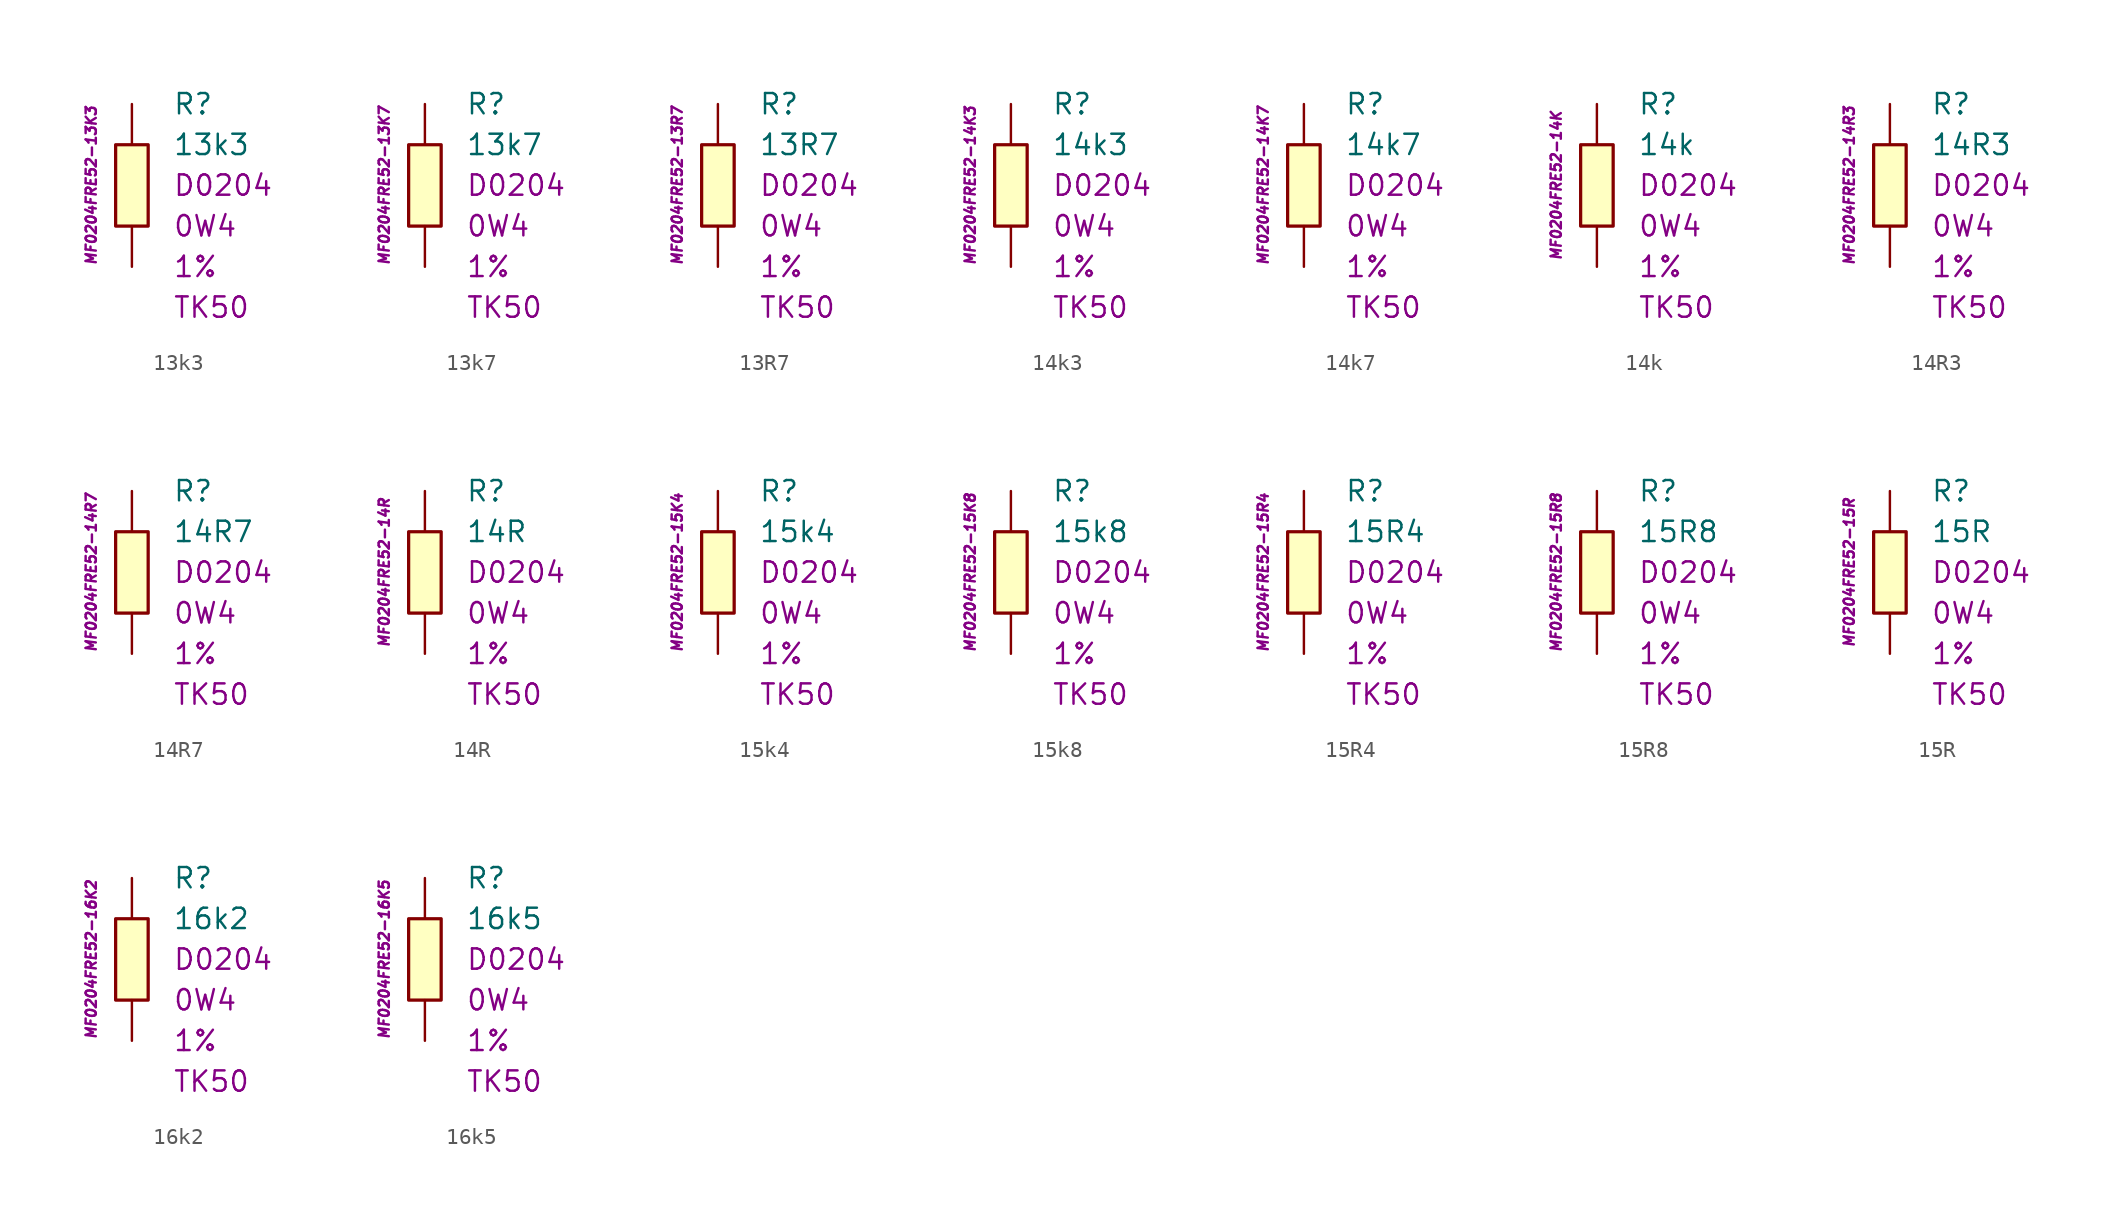
<source format=kicad_sym>
(kicad_symbol_lib
  (version 20201005)
  (generator kicad_symbol_editor)
  (symbol "13k3"
    (pin_numbers hide)
    (pin_names
      (offset 1.016) hide)
    (property "Reference" "R"
      (at 2.54 5.08 0)
      (effects (font (size 1.27 1.27)) (justify left)))
    (property "Value" "13k3"
      (at 2.54 2.54 0)
      (effects (font (size 1.27 1.27)) (justify left)))
    (property "Package" "D0204"
      (at 2.54 0 0)
      (effects (font (size 1.27 1.27)) (justify left)))
    (property "Power" "0W4"
      (at 2.54 -2.54 0)
      (effects (font (size 1.27 1.27)) (justify left)))
    (property "Tolerance" "1%"
      (at 2.54 -5.08 0)
      (effects (font (size 1.27 1.27)) (justify left)))
    (property "TK" "TK50"
      (at 2.54 -7.62 0)
      (effects (font (size 1.27 1.27)) (justify left)))
    (property "ID" "MF0204FRE52-13K3"
      (at -2.54 0 90)
      (effects (font (size 0.635 0.635) italic)))
    (symbol "13k3_0_1"
      (rectangle (start -1.016 2.54) (end 1.016 -2.54) (stroke (width 0.203)) (fill (type background))))
    (symbol "13k3_1_1"
      (pin passive line (at 0 5.08 270) (length 2.54) (name "~" (effects (font (size 1.778 1.778)))) (number "1" (effects (font (size 1.778 1.778)))))
      (pin passive line (at 0 -5.08 90) (length 2.54) (name "~" (effects (font (size 1.778 1.778)))) (number "2" (effects (font (size 1.778 1.778)))))))
  (symbol "13k7"
    (pin_numbers hide)
    (pin_names
      (offset 1.016) hide)
    (property "Reference" "R"
      (at 2.54 5.08 0)
      (effects (font (size 1.27 1.27)) (justify left)))
    (property "Value" "13k7"
      (at 2.54 2.54 0)
      (effects (font (size 1.27 1.27)) (justify left)))
    (property "Package" "D0204"
      (at 2.54 0 0)
      (effects (font (size 1.27 1.27)) (justify left)))
    (property "Power" "0W4"
      (at 2.54 -2.54 0)
      (effects (font (size 1.27 1.27)) (justify left)))
    (property "Tolerance" "1%"
      (at 2.54 -5.08 0)
      (effects (font (size 1.27 1.27)) (justify left)))
    (property "TK" "TK50"
      (at 2.54 -7.62 0)
      (effects (font (size 1.27 1.27)) (justify left)))
    (property "ID" "MF0204FRE52-13K7"
      (at -2.54 0 90)
      (effects (font (size 0.635 0.635) italic)))
    (symbol "13k7_0_1"
      (rectangle (start -1.016 2.54) (end 1.016 -2.54) (stroke (width 0.203)) (fill (type background))))
    (symbol "13k7_1_1"
      (pin passive line (at 0 5.08 270) (length 2.54) (name "~" (effects (font (size 1.778 1.778)))) (number "1" (effects (font (size 1.778 1.778)))))
      (pin passive line (at 0 -5.08 90) (length 2.54) (name "~" (effects (font (size 1.778 1.778)))) (number "2" (effects (font (size 1.778 1.778)))))))
  (symbol "13R7"
    (pin_numbers hide)
    (pin_names
      (offset 1.016) hide)
    (property "Reference" "R"
      (at 2.54 5.08 0)
      (effects (font (size 1.27 1.27)) (justify left)))
    (property "Value" "13R7"
      (at 2.54 2.54 0)
      (effects (font (size 1.27 1.27)) (justify left)))
    (property "Package" "D0204"
      (at 2.54 0 0)
      (effects (font (size 1.27 1.27)) (justify left)))
    (property "Power" "0W4"
      (at 2.54 -2.54 0)
      (effects (font (size 1.27 1.27)) (justify left)))
    (property "Tolerance" "1%"
      (at 2.54 -5.08 0)
      (effects (font (size 1.27 1.27)) (justify left)))
    (property "TK" "TK50"
      (at 2.54 -7.62 0)
      (effects (font (size 1.27 1.27)) (justify left)))
    (property "ID" "MF0204FRE52-13R7"
      (at -2.54 0 90)
      (effects (font (size 0.635 0.635) italic)))
    (symbol "13R7_0_1"
      (rectangle (start -1.016 2.54) (end 1.016 -2.54) (stroke (width 0.203)) (fill (type background))))
    (symbol "13R7_1_1"
      (pin passive line (at 0 5.08 270) (length 2.54) (name "~" (effects (font (size 1.778 1.778)))) (number "1" (effects (font (size 1.778 1.778)))))
      (pin passive line (at 0 -5.08 90) (length 2.54) (name "~" (effects (font (size 1.778 1.778)))) (number "2" (effects (font (size 1.778 1.778)))))))
  (symbol "14k3"
    (pin_numbers hide)
    (pin_names
      (offset 1.016) hide)
    (property "Reference" "R"
      (at 2.54 5.08 0)
      (effects (font (size 1.27 1.27)) (justify left)))
    (property "Value" "14k3"
      (at 2.54 2.54 0)
      (effects (font (size 1.27 1.27)) (justify left)))
    (property "Package" "D0204"
      (at 2.54 0 0)
      (effects (font (size 1.27 1.27)) (justify left)))
    (property "Power" "0W4"
      (at 2.54 -2.54 0)
      (effects (font (size 1.27 1.27)) (justify left)))
    (property "Tolerance" "1%"
      (at 2.54 -5.08 0)
      (effects (font (size 1.27 1.27)) (justify left)))
    (property "TK" "TK50"
      (at 2.54 -7.62 0)
      (effects (font (size 1.27 1.27)) (justify left)))
    (property "ID" "MF0204FRE52-14K3"
      (at -2.54 0 90)
      (effects (font (size 0.635 0.635) italic)))
    (symbol "14k3_0_1"
      (rectangle (start -1.016 2.54) (end 1.016 -2.54) (stroke (width 0.203)) (fill (type background))))
    (symbol "14k3_1_1"
      (pin passive line (at 0 5.08 270) (length 2.54) (name "~" (effects (font (size 1.778 1.778)))) (number "1" (effects (font (size 1.778 1.778)))))
      (pin passive line (at 0 -5.08 90) (length 2.54) (name "~" (effects (font (size 1.778 1.778)))) (number "2" (effects (font (size 1.778 1.778)))))))
  (symbol "14k7"
    (pin_numbers hide)
    (pin_names
      (offset 1.016) hide)
    (property "Reference" "R"
      (at 2.54 5.08 0)
      (effects (font (size 1.27 1.27)) (justify left)))
    (property "Value" "14k7"
      (at 2.54 2.54 0)
      (effects (font (size 1.27 1.27)) (justify left)))
    (property "Package" "D0204"
      (at 2.54 0 0)
      (effects (font (size 1.27 1.27)) (justify left)))
    (property "Power" "0W4"
      (at 2.54 -2.54 0)
      (effects (font (size 1.27 1.27)) (justify left)))
    (property "Tolerance" "1%"
      (at 2.54 -5.08 0)
      (effects (font (size 1.27 1.27)) (justify left)))
    (property "TK" "TK50"
      (at 2.54 -7.62 0)
      (effects (font (size 1.27 1.27)) (justify left)))
    (property "ID" "MF0204FRE52-14K7"
      (at -2.54 0 90)
      (effects (font (size 0.635 0.635) italic)))
    (symbol "14k7_0_1"
      (rectangle (start -1.016 2.54) (end 1.016 -2.54) (stroke (width 0.203)) (fill (type background))))
    (symbol "14k7_1_1"
      (pin passive line (at 0 5.08 270) (length 2.54) (name "~" (effects (font (size 1.778 1.778)))) (number "1" (effects (font (size 1.778 1.778)))))
      (pin passive line (at 0 -5.08 90) (length 2.54) (name "~" (effects (font (size 1.778 1.778)))) (number "2" (effects (font (size 1.778 1.778)))))))
  (symbol "14k"
    (pin_numbers hide)
    (pin_names
      (offset 1.016) hide)
    (property "Reference" "R"
      (at 2.54 5.08 0)
      (effects (font (size 1.27 1.27)) (justify left)))
    (property "Value" "14k"
      (at 2.54 2.54 0)
      (effects (font (size 1.27 1.27)) (justify left)))
    (property "Package" "D0204"
      (at 2.54 0 0)
      (effects (font (size 1.27 1.27)) (justify left)))
    (property "Power" "0W4"
      (at 2.54 -2.54 0)
      (effects (font (size 1.27 1.27)) (justify left)))
    (property "Tolerance" "1%"
      (at 2.54 -5.08 0)
      (effects (font (size 1.27 1.27)) (justify left)))
    (property "TK" "TK50"
      (at 2.54 -7.62 0)
      (effects (font (size 1.27 1.27)) (justify left)))
    (property "ID" "MF0204FRE52-14K"
      (at -2.54 0 90)
      (effects (font (size 0.635 0.635) italic)))
    (symbol "14k_0_1"
      (rectangle (start -1.016 2.54) (end 1.016 -2.54) (stroke (width 0.203)) (fill (type background))))
    (symbol "14k_1_1"
      (pin passive line (at 0 5.08 270) (length 2.54) (name "~" (effects (font (size 1.778 1.778)))) (number "1" (effects (font (size 1.778 1.778)))))
      (pin passive line (at 0 -5.08 90) (length 2.54) (name "~" (effects (font (size 1.778 1.778)))) (number "2" (effects (font (size 1.778 1.778)))))))
  (symbol "14R3"
    (pin_numbers hide)
    (pin_names
      (offset 1.016) hide)
    (property "Reference" "R"
      (at 2.54 5.08 0)
      (effects (font (size 1.27 1.27)) (justify left)))
    (property "Value" "14R3"
      (at 2.54 2.54 0)
      (effects (font (size 1.27 1.27)) (justify left)))
    (property "Package" "D0204"
      (at 2.54 0 0)
      (effects (font (size 1.27 1.27)) (justify left)))
    (property "Power" "0W4"
      (at 2.54 -2.54 0)
      (effects (font (size 1.27 1.27)) (justify left)))
    (property "Tolerance" "1%"
      (at 2.54 -5.08 0)
      (effects (font (size 1.27 1.27)) (justify left)))
    (property "TK" "TK50"
      (at 2.54 -7.62 0)
      (effects (font (size 1.27 1.27)) (justify left)))
    (property "ID" "MF0204FRE52-14R3"
      (at -2.54 0 90)
      (effects (font (size 0.635 0.635) italic)))
    (symbol "14R3_0_1"
      (rectangle (start -1.016 2.54) (end 1.016 -2.54) (stroke (width 0.203)) (fill (type background))))
    (symbol "14R3_1_1"
      (pin passive line (at 0 5.08 270) (length 2.54) (name "~" (effects (font (size 1.778 1.778)))) (number "1" (effects (font (size 1.778 1.778)))))
      (pin passive line (at 0 -5.08 90) (length 2.54) (name "~" (effects (font (size 1.778 1.778)))) (number "2" (effects (font (size 1.778 1.778)))))))
  (symbol "14R7"
    (pin_numbers hide)
    (pin_names
      (offset 1.016) hide)
    (property "Reference" "R"
      (at 2.54 5.08 0)
      (effects (font (size 1.27 1.27)) (justify left)))
    (property "Value" "14R7"
      (at 2.54 2.54 0)
      (effects (font (size 1.27 1.27)) (justify left)))
    (property "Package" "D0204"
      (at 2.54 0 0)
      (effects (font (size 1.27 1.27)) (justify left)))
    (property "Power" "0W4"
      (at 2.54 -2.54 0)
      (effects (font (size 1.27 1.27)) (justify left)))
    (property "Tolerance" "1%"
      (at 2.54 -5.08 0)
      (effects (font (size 1.27 1.27)) (justify left)))
    (property "TK" "TK50"
      (at 2.54 -7.62 0)
      (effects (font (size 1.27 1.27)) (justify left)))
    (property "ID" "MF0204FRE52-14R7"
      (at -2.54 0 90)
      (effects (font (size 0.635 0.635) italic)))
    (symbol "14R7_0_1"
      (rectangle (start -1.016 2.54) (end 1.016 -2.54) (stroke (width 0.203)) (fill (type background))))
    (symbol "14R7_1_1"
      (pin passive line (at 0 5.08 270) (length 2.54) (name "~" (effects (font (size 1.778 1.778)))) (number "1" (effects (font (size 1.778 1.778)))))
      (pin passive line (at 0 -5.08 90) (length 2.54) (name "~" (effects (font (size 1.778 1.778)))) (number "2" (effects (font (size 1.778 1.778)))))))
  (symbol "14R"
    (pin_numbers hide)
    (pin_names
      (offset 1.016) hide)
    (property "Reference" "R"
      (at 2.54 5.08 0)
      (effects (font (size 1.27 1.27)) (justify left)))
    (property "Value" "14R"
      (at 2.54 2.54 0)
      (effects (font (size 1.27 1.27)) (justify left)))
    (property "Package" "D0204"
      (at 2.54 0 0)
      (effects (font (size 1.27 1.27)) (justify left)))
    (property "Power" "0W4"
      (at 2.54 -2.54 0)
      (effects (font (size 1.27 1.27)) (justify left)))
    (property "Tolerance" "1%"
      (at 2.54 -5.08 0)
      (effects (font (size 1.27 1.27)) (justify left)))
    (property "TK" "TK50"
      (at 2.54 -7.62 0)
      (effects (font (size 1.27 1.27)) (justify left)))
    (property "ID" "MF0204FRE52-14R"
      (at -2.54 0 90)
      (effects (font (size 0.635 0.635) italic)))
    (symbol "14R_0_1"
      (rectangle (start -1.016 2.54) (end 1.016 -2.54) (stroke (width 0.203)) (fill (type background))))
    (symbol "14R_1_1"
      (pin passive line (at 0 5.08 270) (length 2.54) (name "~" (effects (font (size 1.778 1.778)))) (number "1" (effects (font (size 1.778 1.778)))))
      (pin passive line (at 0 -5.08 90) (length 2.54) (name "~" (effects (font (size 1.778 1.778)))) (number "2" (effects (font (size 1.778 1.778)))))))
  (symbol "15k4"
    (pin_numbers hide)
    (pin_names
      (offset 1.016) hide)
    (property "Reference" "R"
      (at 2.54 5.08 0)
      (effects (font (size 1.27 1.27)) (justify left)))
    (property "Value" "15k4"
      (at 2.54 2.54 0)
      (effects (font (size 1.27 1.27)) (justify left)))
    (property "Package" "D0204"
      (at 2.54 0 0)
      (effects (font (size 1.27 1.27)) (justify left)))
    (property "Power" "0W4"
      (at 2.54 -2.54 0)
      (effects (font (size 1.27 1.27)) (justify left)))
    (property "Tolerance" "1%"
      (at 2.54 -5.08 0)
      (effects (font (size 1.27 1.27)) (justify left)))
    (property "TK" "TK50"
      (at 2.54 -7.62 0)
      (effects (font (size 1.27 1.27)) (justify left)))
    (property "ID" "MF0204FRE52-15K4"
      (at -2.54 0 90)
      (effects (font (size 0.635 0.635) italic)))
    (symbol "15k4_0_1"
      (rectangle (start -1.016 2.54) (end 1.016 -2.54) (stroke (width 0.203)) (fill (type background))))
    (symbol "15k4_1_1"
      (pin passive line (at 0 5.08 270) (length 2.54) (name "~" (effects (font (size 1.778 1.778)))) (number "1" (effects (font (size 1.778 1.778)))))
      (pin passive line (at 0 -5.08 90) (length 2.54) (name "~" (effects (font (size 1.778 1.778)))) (number "2" (effects (font (size 1.778 1.778)))))))
  (symbol "15k8"
    (pin_numbers hide)
    (pin_names
      (offset 1.016) hide)
    (property "Reference" "R"
      (at 2.54 5.08 0)
      (effects (font (size 1.27 1.27)) (justify left)))
    (property "Value" "15k8"
      (at 2.54 2.54 0)
      (effects (font (size 1.27 1.27)) (justify left)))
    (property "Package" "D0204"
      (at 2.54 0 0)
      (effects (font (size 1.27 1.27)) (justify left)))
    (property "Power" "0W4"
      (at 2.54 -2.54 0)
      (effects (font (size 1.27 1.27)) (justify left)))
    (property "Tolerance" "1%"
      (at 2.54 -5.08 0)
      (effects (font (size 1.27 1.27)) (justify left)))
    (property "TK" "TK50"
      (at 2.54 -7.62 0)
      (effects (font (size 1.27 1.27)) (justify left)))
    (property "ID" "MF0204FRE52-15K8"
      (at -2.54 0 90)
      (effects (font (size 0.635 0.635) italic)))
    (symbol "15k8_0_1"
      (rectangle (start -1.016 2.54) (end 1.016 -2.54) (stroke (width 0.203)) (fill (type background))))
    (symbol "15k8_1_1"
      (pin passive line (at 0 5.08 270) (length 2.54) (name "~" (effects (font (size 1.778 1.778)))) (number "1" (effects (font (size 1.778 1.778)))))
      (pin passive line (at 0 -5.08 90) (length 2.54) (name "~" (effects (font (size 1.778 1.778)))) (number "2" (effects (font (size 1.778 1.778)))))))
  (symbol "15R4"
    (pin_numbers hide)
    (pin_names
      (offset 1.016) hide)
    (property "Reference" "R"
      (at 2.54 5.08 0)
      (effects (font (size 1.27 1.27)) (justify left)))
    (property "Value" "15R4"
      (at 2.54 2.54 0)
      (effects (font (size 1.27 1.27)) (justify left)))
    (property "Package" "D0204"
      (at 2.54 0 0)
      (effects (font (size 1.27 1.27)) (justify left)))
    (property "Power" "0W4"
      (at 2.54 -2.54 0)
      (effects (font (size 1.27 1.27)) (justify left)))
    (property "Tolerance" "1%"
      (at 2.54 -5.08 0)
      (effects (font (size 1.27 1.27)) (justify left)))
    (property "TK" "TK50"
      (at 2.54 -7.62 0)
      (effects (font (size 1.27 1.27)) (justify left)))
    (property "ID" "MF0204FRE52-15R4"
      (at -2.54 0 90)
      (effects (font (size 0.635 0.635) italic)))
    (symbol "15R4_0_1"
      (rectangle (start -1.016 2.54) (end 1.016 -2.54) (stroke (width 0.203)) (fill (type background))))
    (symbol "15R4_1_1"
      (pin passive line (at 0 5.08 270) (length 2.54) (name "~" (effects (font (size 1.778 1.778)))) (number "1" (effects (font (size 1.778 1.778)))))
      (pin passive line (at 0 -5.08 90) (length 2.54) (name "~" (effects (font (size 1.778 1.778)))) (number "2" (effects (font (size 1.778 1.778)))))))
  (symbol "15R8"
    (pin_numbers hide)
    (pin_names
      (offset 1.016) hide)
    (property "Reference" "R"
      (at 2.54 5.08 0)
      (effects (font (size 1.27 1.27)) (justify left)))
    (property "Value" "15R8"
      (at 2.54 2.54 0)
      (effects (font (size 1.27 1.27)) (justify left)))
    (property "Package" "D0204"
      (at 2.54 0 0)
      (effects (font (size 1.27 1.27)) (justify left)))
    (property "Power" "0W4"
      (at 2.54 -2.54 0)
      (effects (font (size 1.27 1.27)) (justify left)))
    (property "Tolerance" "1%"
      (at 2.54 -5.08 0)
      (effects (font (size 1.27 1.27)) (justify left)))
    (property "TK" "TK50"
      (at 2.54 -7.62 0)
      (effects (font (size 1.27 1.27)) (justify left)))
    (property "ID" "MF0204FRE52-15R8"
      (at -2.54 0 90)
      (effects (font (size 0.635 0.635) italic)))
    (symbol "15R8_0_1"
      (rectangle (start -1.016 2.54) (end 1.016 -2.54) (stroke (width 0.203)) (fill (type background))))
    (symbol "15R8_1_1"
      (pin passive line (at 0 5.08 270) (length 2.54) (name "~" (effects (font (size 1.778 1.778)))) (number "1" (effects (font (size 1.778 1.778)))))
      (pin passive line (at 0 -5.08 90) (length 2.54) (name "~" (effects (font (size 1.778 1.778)))) (number "2" (effects (font (size 1.778 1.778)))))))
  (symbol "15R"
    (pin_numbers hide)
    (pin_names
      (offset 1.016) hide)
    (property "Reference" "R"
      (at 2.54 5.08 0)
      (effects (font (size 1.27 1.27)) (justify left)))
    (property "Value" "15R"
      (at 2.54 2.54 0)
      (effects (font (size 1.27 1.27)) (justify left)))
    (property "Package" "D0204"
      (at 2.54 0 0)
      (effects (font (size 1.27 1.27)) (justify left)))
    (property "Power" "0W4"
      (at 2.54 -2.54 0)
      (effects (font (size 1.27 1.27)) (justify left)))
    (property "Tolerance" "1%"
      (at 2.54 -5.08 0)
      (effects (font (size 1.27 1.27)) (justify left)))
    (property "TK" "TK50"
      (at 2.54 -7.62 0)
      (effects (font (size 1.27 1.27)) (justify left)))
    (property "ID" "MF0204FRE52-15R"
      (at -2.54 0 90)
      (effects (font (size 0.635 0.635) italic)))
    (symbol "15R_0_1"
      (rectangle (start -1.016 2.54) (end 1.016 -2.54) (stroke (width 0.203)) (fill (type background))))
    (symbol "15R_1_1"
      (pin passive line (at 0 5.08 270) (length 2.54) (name "~" (effects (font (size 1.778 1.778)))) (number "1" (effects (font (size 1.778 1.778)))))
      (pin passive line (at 0 -5.08 90) (length 2.54) (name "~" (effects (font (size 1.778 1.778)))) (number "2" (effects (font (size 1.778 1.778)))))))
  (symbol "16k2"
    (pin_numbers hide)
    (pin_names
      (offset 1.016) hide)
    (property "Reference" "R"
      (at 2.54 5.08 0)
      (effects (font (size 1.27 1.27)) (justify left)))
    (property "Value" "16k2"
      (at 2.54 2.54 0)
      (effects (font (size 1.27 1.27)) (justify left)))
    (property "Package" "D0204"
      (at 2.54 0 0)
      (effects (font (size 1.27 1.27)) (justify left)))
    (property "Power" "0W4"
      (at 2.54 -2.54 0)
      (effects (font (size 1.27 1.27)) (justify left)))
    (property "Tolerance" "1%"
      (at 2.54 -5.08 0)
      (effects (font (size 1.27 1.27)) (justify left)))
    (property "TK" "TK50"
      (at 2.54 -7.62 0)
      (effects (font (size 1.27 1.27)) (justify left)))
    (property "ID" "MF0204FRE52-16K2"
      (at -2.54 0 90)
      (effects (font (size 0.635 0.635) italic)))
    (symbol "16k2_0_1"
      (rectangle (start -1.016 2.54) (end 1.016 -2.54) (stroke (width 0.203)) (fill (type background))))
    (symbol "16k2_1_1"
      (pin passive line (at 0 5.08 270) (length 2.54) (name "~" (effects (font (size 1.778 1.778)))) (number "1" (effects (font (size 1.778 1.778)))))
      (pin passive line (at 0 -5.08 90) (length 2.54) (name "~" (effects (font (size 1.778 1.778)))) (number "2" (effects (font (size 1.778 1.778)))))))
  (symbol "16k5"
    (pin_numbers hide)
    (pin_names
      (offset 1.016) hide)
    (property "Reference" "R"
      (at 2.54 5.08 0)
      (effects (font (size 1.27 1.27)) (justify left)))
    (property "Value" "16k5"
      (at 2.54 2.54 0)
      (effects (font (size 1.27 1.27)) (justify left)))
    (property "Package" "D0204"
      (at 2.54 0 0)
      (effects (font (size 1.27 1.27)) (justify left)))
    (property "Power" "0W4"
      (at 2.54 -2.54 0)
      (effects (font (size 1.27 1.27)) (justify left)))
    (property "Tolerance" "1%"
      (at 2.54 -5.08 0)
      (effects (font (size 1.27 1.27)) (justify left)))
    (property "TK" "TK50"
      (at 2.54 -7.62 0)
      (effects (font (size 1.27 1.27)) (justify left)))
    (property "ID" "MF0204FRE52-16K5"
      (at -2.54 0 90)
      (effects (font (size 0.635 0.635) italic)))
    (symbol "16k5_0_1"
      (rectangle (start -1.016 2.54) (end 1.016 -2.54) (stroke (width 0.203)) (fill (type background))))
    (symbol "16k5_1_1"
      (pin passive line (at 0 5.08 270) (length 2.54) (name "~" (effects (font (size 1.778 1.778)))) (number "1" (effects (font (size 1.778 1.778)))))
      (pin passive line (at 0 -5.08 90) (length 2.54) (name "~" (effects (font (size 1.778 1.778)))) (number "2" (effects (font (size 1.778 1.778))))))))
</source>
